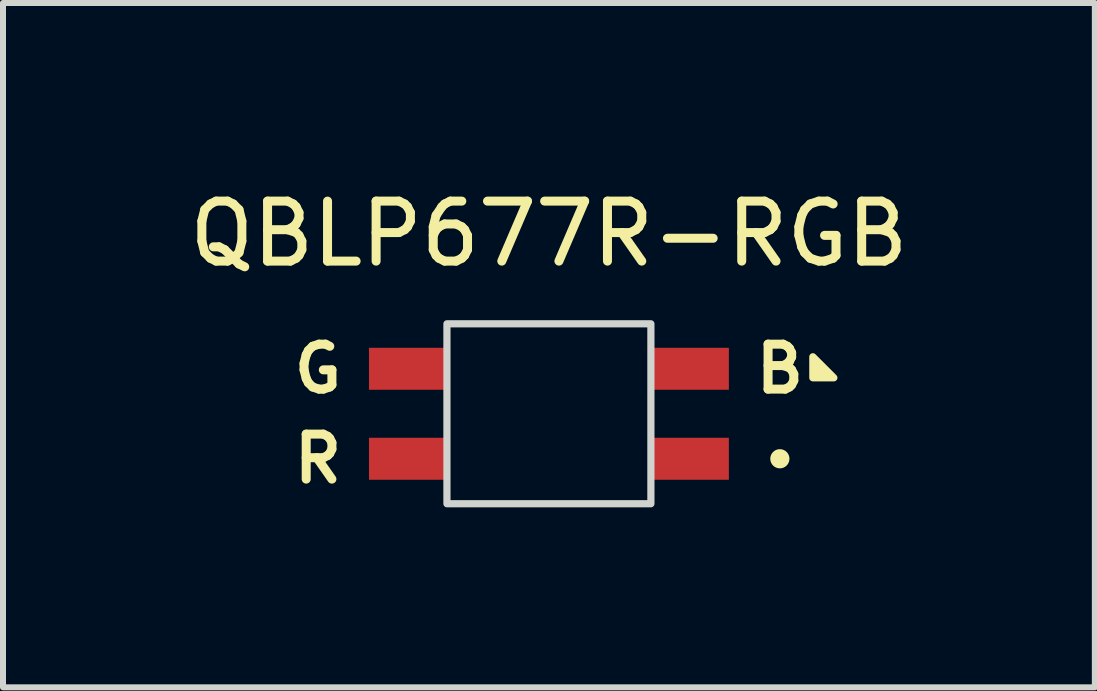
<source format=kicad_pcb>
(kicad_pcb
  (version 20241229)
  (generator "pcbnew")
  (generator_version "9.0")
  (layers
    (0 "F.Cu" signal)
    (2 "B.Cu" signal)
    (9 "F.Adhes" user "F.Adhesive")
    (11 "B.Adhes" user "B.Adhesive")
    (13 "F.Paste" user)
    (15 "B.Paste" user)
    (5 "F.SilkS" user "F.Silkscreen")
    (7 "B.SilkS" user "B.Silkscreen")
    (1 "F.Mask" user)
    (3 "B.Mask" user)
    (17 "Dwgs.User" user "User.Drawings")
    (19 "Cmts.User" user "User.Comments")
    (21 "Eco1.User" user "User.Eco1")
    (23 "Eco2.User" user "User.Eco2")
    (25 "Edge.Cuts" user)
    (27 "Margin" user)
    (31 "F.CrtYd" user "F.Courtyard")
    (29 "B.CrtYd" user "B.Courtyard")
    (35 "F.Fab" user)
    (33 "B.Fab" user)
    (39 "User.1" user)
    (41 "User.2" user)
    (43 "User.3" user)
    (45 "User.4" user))
  (footprint "QBLP677R-RGB"
    (layer "F.Cu")
    (at 6.101 3.848)
    (property "Reference" "QBLP677R-RGB" (at 0 -3 0) (unlocked yes) (layer "F.SilkS") (effects (font (size 1 1) (thickness 0.15))))
    (attr smd)
    (fp_circle (center 3.85 0.75) (end 3.75 0.75) (stroke (width 0.12) (type solid)) (fill yes) (layer "F.SilkS"))
    (fp_poly (pts (xy 4.75 -0.6) (xy 4.4 -0.6) (xy 4.4 -0.95)) (stroke (width 0.12) (type solid)) (fill yes) (layer "F.SilkS"))
    (fp_rect (start 1.7 1.5) (end -1.7 -1.5) (stroke (width 0.12) (type solid)) (fill no) (layer "Edge.Cuts"))
    (fp_text user "R" (at -3.85 0.75 0) (unlocked yes) (layer "F.SilkS") (effects (font (size 0.75 0.75) (thickness 0.15))))
    (fp_text user "B" (at 3.85 -0.75 0) (unlocked yes) (layer "F.SilkS") (effects (font (size 0.75 0.75) (thickness 0.15))))
    (fp_text user "G" (at -3.85 -0.75 0) (unlocked yes) (layer "F.SilkS") (effects (font (size 0.75 0.75) (thickness 0.15))))
    (pad "1" smd rect (at 2.35 -0.75 180) (size 1.3 0.7) (layers "F.Cu" "F.Mask" "F.Paste"))
    (pad "2" smd rect (at -2.35 -0.75 180) (size 1.3 0.7) (layers "F.Cu" "F.Mask" "F.Paste"))
    (pad "3" smd rect (at -2.35 0.75 180) (size 1.3 0.7) (layers "F.Cu" "F.Mask" "F.Paste"))
    (pad "4" smd rect (at 2.35 0.75 180) (size 1.3 0.7) (layers "F.Cu" "F.Mask" "F.Paste")))
  (gr_rect
    (start -3 -3)
    (end 15.202 8.408)
    (stroke (width 0.1) (type default))
    (fill no)
    (layer "Edge.Cuts")))
</source>
